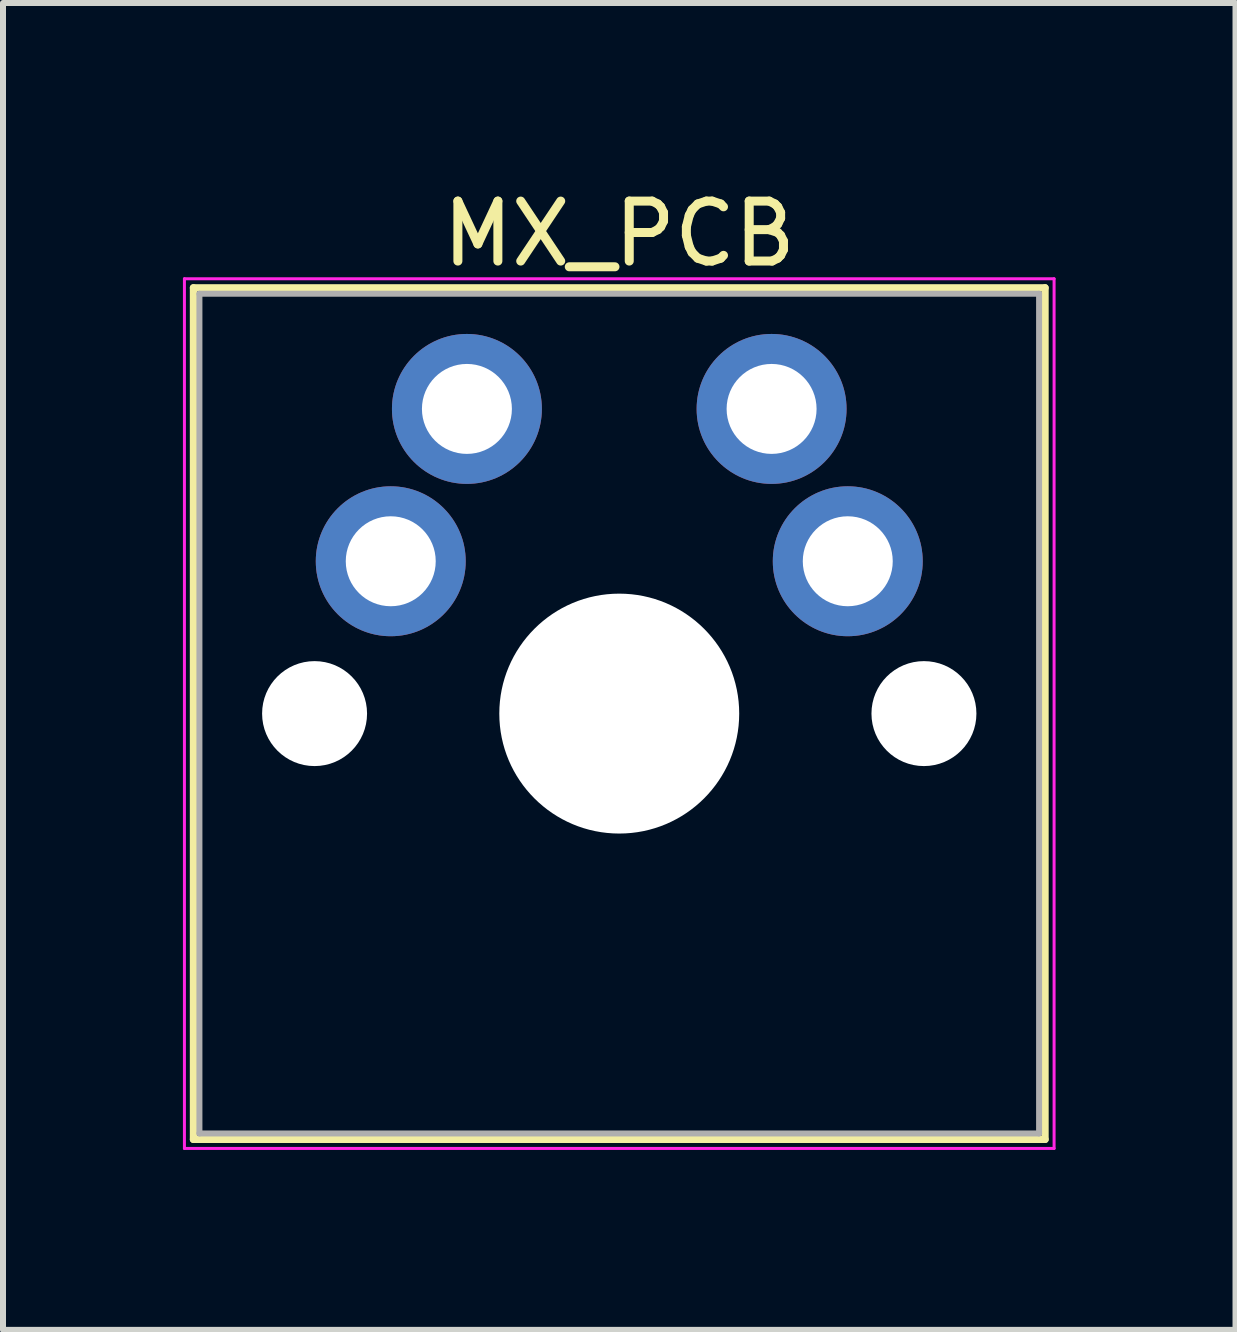
<source format=kicad_pcb>
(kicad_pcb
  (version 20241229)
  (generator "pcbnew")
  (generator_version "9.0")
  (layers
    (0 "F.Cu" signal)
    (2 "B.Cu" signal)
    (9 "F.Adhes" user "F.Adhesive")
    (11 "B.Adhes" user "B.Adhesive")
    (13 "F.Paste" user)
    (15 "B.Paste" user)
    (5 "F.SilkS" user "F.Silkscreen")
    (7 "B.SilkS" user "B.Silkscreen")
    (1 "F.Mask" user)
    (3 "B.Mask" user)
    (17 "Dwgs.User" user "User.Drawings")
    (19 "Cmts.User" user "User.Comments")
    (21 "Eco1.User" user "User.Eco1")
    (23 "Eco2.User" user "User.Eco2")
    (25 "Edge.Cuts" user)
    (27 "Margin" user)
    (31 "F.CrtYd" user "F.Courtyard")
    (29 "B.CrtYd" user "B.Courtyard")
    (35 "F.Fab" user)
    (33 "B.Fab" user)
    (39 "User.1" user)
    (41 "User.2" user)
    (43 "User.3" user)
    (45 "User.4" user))
  (footprint "MX_PCB"
    (layer "F.Cu")
    (at 7.275 8.848)
    (property "Reference" "MX_PCB" (at 0 -8 0) (layer "F.SilkS") (effects (font (size 1 1) (thickness 0.15))))
    (attr through_hole)
    (fp_line (start -7.1 -7.1) (end -7.1 7.1) (stroke (width 0.12) (type solid)) (layer "F.SilkS"))
    (fp_line (start -7.1 7.1) (end 7.1 7.1) (stroke (width 0.12) (type solid)) (layer "F.SilkS"))
    (fp_line (start 7.1 -7.1) (end -7.1 -7.1) (stroke (width 0.12) (type solid)) (layer "F.SilkS"))
    (fp_line (start 7.1 7.1) (end 7.1 -7.1) (stroke (width 0.12) (type solid)) (layer "F.SilkS"))
    (fp_line (start -7 -7) (end -7 7) (stroke (width 0.1) (type solid)) (layer "Eco1.User"))
    (fp_line (start -7 7) (end 7 7) (stroke (width 0.1) (type solid)) (layer "Eco1.User"))
    (fp_line (start 7 -7) (end -7 -7) (stroke (width 0.1) (type solid)) (layer "Eco1.User"))
    (fp_line (start 7 7) (end 7 -7) (stroke (width 0.1) (type solid)) (layer "Eco1.User"))
    (fp_line (start -7.25 -7.25) (end -7.25 7.25) (stroke (width 0.05) (type solid)) (layer "F.CrtYd"))
    (fp_line (start -7.25 7.25) (end 7.25 7.25) (stroke (width 0.05) (type solid)) (layer "F.CrtYd"))
    (fp_line (start 7.25 -7.25) (end -7.25 -7.25) (stroke (width 0.05) (type solid)) (layer "F.CrtYd"))
    (fp_line (start 7.25 7.25) (end 7.25 -7.25) (stroke (width 0.05) (type solid)) (layer "F.CrtYd"))
    (fp_line (start -7 -7) (end -7 7) (stroke (width 0.1) (type solid)) (layer "F.Fab"))
    (fp_line (start -7 7) (end 7 7) (stroke (width 0.1) (type solid)) (layer "F.Fab"))
    (fp_line (start 7 -7) (end -7 -7) (stroke (width 0.1) (type solid)) (layer "F.Fab"))
    (fp_line (start 7 7) (end 7 -7) (stroke (width 0.1) (type solid)) (layer "F.Fab"))
    (pad "" np_thru_hole circle (at -5.08 0) (size 1.75 1.75) (drill 1.75) (layers "*.Cu" "*.Mask"))
    (pad "" np_thru_hole circle (at 0 0) (size 4 4) (drill 4) (layers "*.Cu" "*.Mask"))
    (pad "" np_thru_hole circle (at 5.08 0) (size 1.75 1.75) (drill 1.75) (layers "*.Cu" "*.Mask"))
    (pad "1" thru_hole circle (at -3.81 -2.54) (size 2.5 2.5) (drill 1.5) (layers "*.Cu" "*.Mask"))
    (pad "1" thru_hole circle (at -2.54 -5.08) (size 2.5 2.5) (drill 1.5) (layers "*.Cu" "*.Mask"))
    (pad "2" thru_hole circle (at 2.54 -5.08) (size 2.5 2.5) (drill 1.5) (layers "*.Cu" "*.Mask"))
    (pad "2" thru_hole circle (at 3.81 -2.54) (size 2.5 2.5) (drill 1.5) (layers "*.Cu" "*.Mask")))
  (gr_rect
    (start -3 -3)
    (end 17.55 19.123)
    (stroke (width 0.1) (type default))
    (fill no)
    (layer "Edge.Cuts")))
</source>
